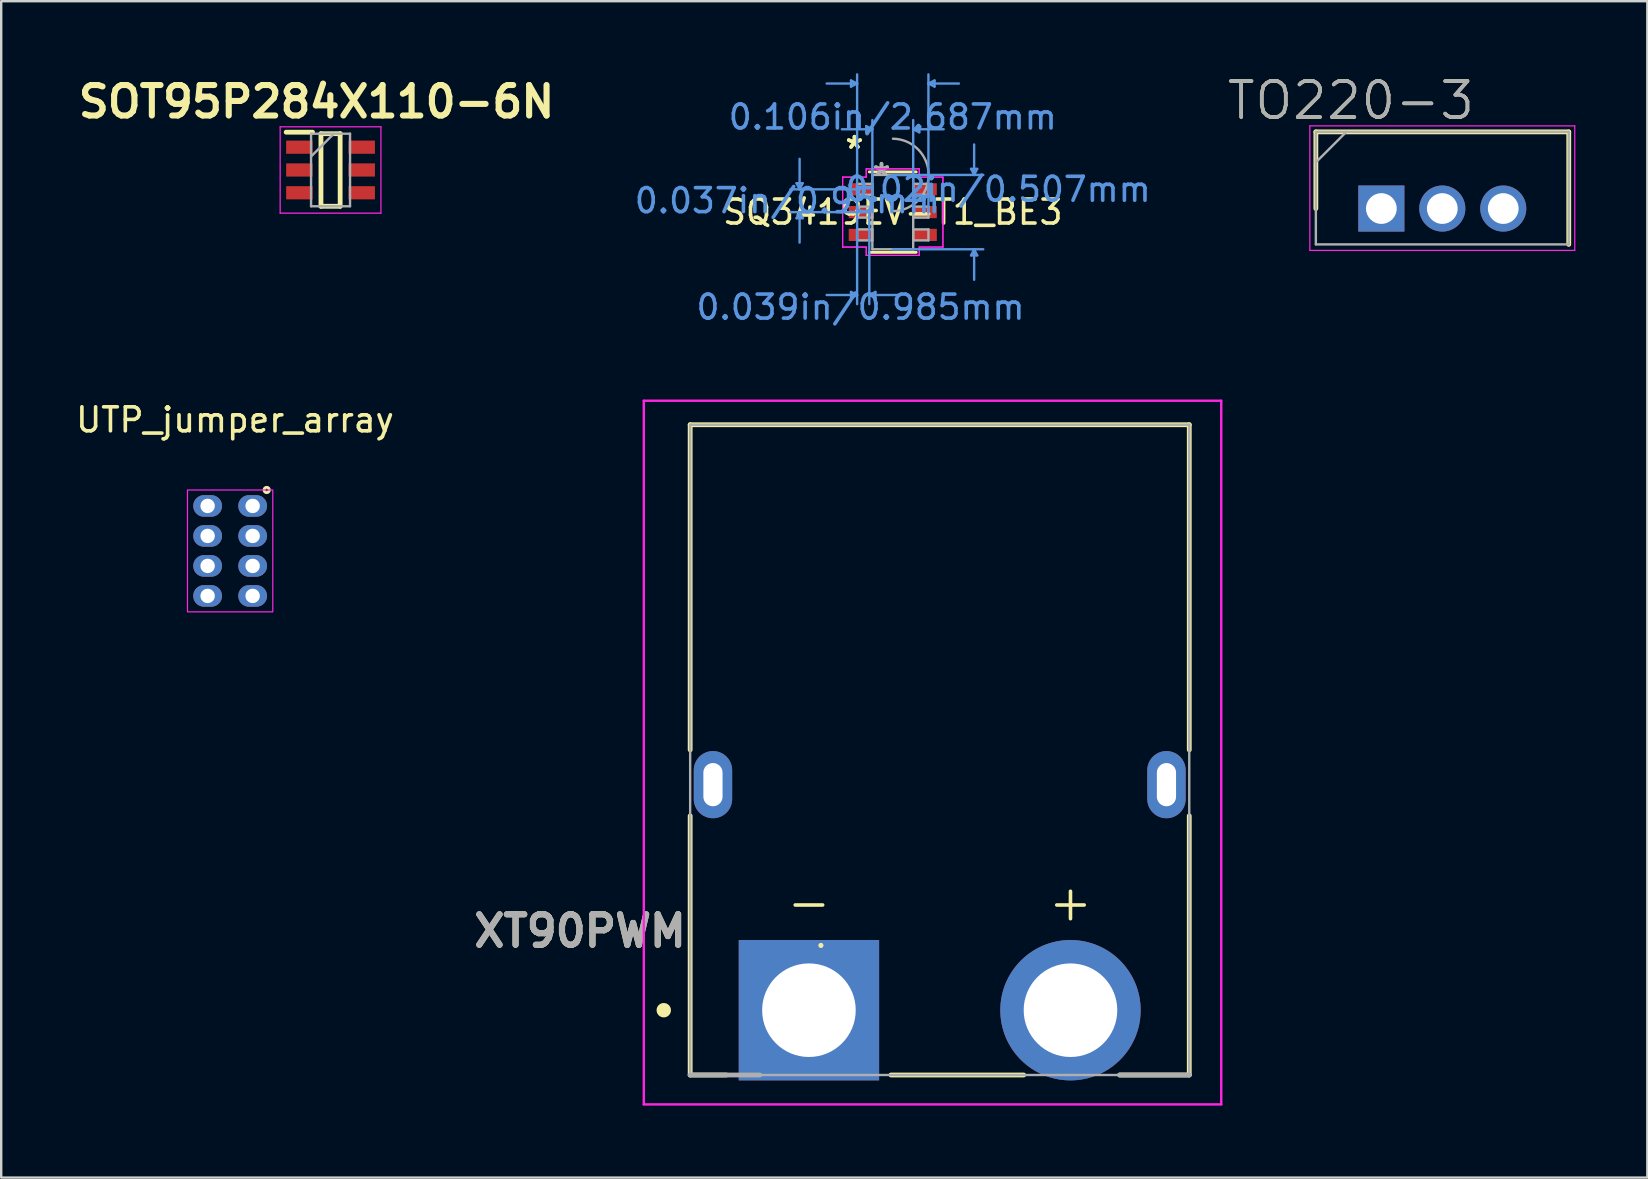
<source format=kicad_pcb>
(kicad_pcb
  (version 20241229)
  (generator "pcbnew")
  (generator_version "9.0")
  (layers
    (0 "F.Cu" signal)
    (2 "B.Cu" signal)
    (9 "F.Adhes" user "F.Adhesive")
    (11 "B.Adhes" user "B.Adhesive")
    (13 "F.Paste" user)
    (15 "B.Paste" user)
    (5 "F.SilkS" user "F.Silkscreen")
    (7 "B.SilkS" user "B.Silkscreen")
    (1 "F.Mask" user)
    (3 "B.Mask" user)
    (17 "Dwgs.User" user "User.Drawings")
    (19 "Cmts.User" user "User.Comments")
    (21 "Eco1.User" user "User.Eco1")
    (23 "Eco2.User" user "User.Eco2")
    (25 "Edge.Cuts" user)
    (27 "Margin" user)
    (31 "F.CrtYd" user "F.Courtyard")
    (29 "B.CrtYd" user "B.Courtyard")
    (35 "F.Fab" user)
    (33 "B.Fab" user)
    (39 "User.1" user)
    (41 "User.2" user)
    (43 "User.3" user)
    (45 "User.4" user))
  (footprint "UTP_jumper_array"
    (layer "F.Cu")
    (at 6.541 19.91)
    (property "Reference" "UTP_jumper_array" (at 0.203 -5.461 0) (unlocked yes) (layer "F.SilkS") (effects (font (size 1 1) (thickness 0.15))))
    (attr smd)
    (fp_circle (center 1.524 -2.54) (end 1.575 -2.54) (stroke (width 0.12) (type solid)) (fill no) (layer "F.SilkS"))
    (fp_rect (start -1.778 -2.54) (end 1.778 2.54) (stroke (width 0.05) (type solid)) (fill no) (layer "F.CrtYd"))
    (pad "1" thru_hole oval (at 0.938 -1.875) (size 1.2 0.9) (drill 0.6) (layers "*.Cu" "*.Mask"))
    (pad "2" thru_hole oval (at 0.938 -0.625) (size 1.2 0.9) (drill 0.6) (layers "*.Cu" "*.Mask"))
    (pad "3" thru_hole oval (at 0.938 0.625) (size 1.2 0.9) (drill 0.6) (layers "*.Cu" "*.Mask"))
    (pad "4" thru_hole oval (at 0.938 1.875) (size 1.2 0.9) (drill 0.6) (layers "*.Cu" "*.Mask"))
    (pad "GND1" thru_hole oval (at -0.938 -1.875) (size 1.2 0.9) (drill 0.6) (layers "*.Cu" "*.Mask"))
    (pad "GND2" thru_hole oval (at -0.938 -0.625) (size 1.2 0.9) (drill 0.6) (layers "*.Cu" "*.Mask"))
    (pad "GND3" thru_hole oval (at -0.938 0.625) (size 1.2 0.9) (drill 0.6) (layers "*.Cu" "*.Mask"))
    (pad "GND4" thru_hole oval (at -0.938 1.875) (size 1.2 0.9) (drill 0.6) (layers "*.Cu" "*.Mask")))
  (footprint "SOT95P284X110-6N"
    (layer "F.Cu")
    (at 10.726 4.034)
    (property "Reference" "SOT95P284X110-6N" (at -0.584 -2.845 0) (layer "F.SilkS") (effects (font (size 1.27 1.27) (thickness 0.254))))
    (attr smd)
    (fp_line (start -1.85 -1.575) (end -0.75 -1.575) (stroke (width 0.2) (type solid)) (layer "F.SilkS"))
    (fp_line (start -0.4 -1.512) (end 0.4 -1.512) (stroke (width 0.2) (type solid)) (layer "F.SilkS"))
    (fp_line (start -0.4 1.512) (end -0.4 -1.512) (stroke (width 0.2) (type solid)) (layer "F.SilkS"))
    (fp_line (start 0.4 -1.512) (end 0.4 1.512) (stroke (width 0.2) (type solid)) (layer "F.SilkS"))
    (fp_line (start 0.4 1.512) (end -0.4 1.512) (stroke (width 0.2) (type solid)) (layer "F.SilkS"))
    (fp_line (start -2.1 -1.8) (end 2.1 -1.8) (stroke (width 0.05) (type solid)) (layer "F.CrtYd"))
    (fp_line (start -2.1 1.8) (end -2.1 -1.8) (stroke (width 0.05) (type solid)) (layer "F.CrtYd"))
    (fp_line (start 2.1 -1.8) (end 2.1 1.8) (stroke (width 0.05) (type solid)) (layer "F.CrtYd"))
    (fp_line (start 2.1 1.8) (end -2.1 1.8) (stroke (width 0.05) (type solid)) (layer "F.CrtYd"))
    (fp_line (start -0.812 -1.512) (end 0.812 -1.512) (stroke (width 0.1) (type solid)) (layer "F.Fab"))
    (fp_line (start -0.812 -0.562) (end 0.138 -1.512) (stroke (width 0.1) (type solid)) (layer "F.Fab"))
    (fp_line (start -0.812 1.512) (end -0.812 -1.512) (stroke (width 0.1) (type solid)) (layer "F.Fab"))
    (fp_line (start 0.812 -1.512) (end 0.812 1.512) (stroke (width 0.1) (type solid)) (layer "F.Fab"))
    (fp_line (start 0.812 1.512) (end -0.812 1.512) (stroke (width 0.1) (type solid)) (layer "F.Fab"))
    (pad "1" smd rect (at -1.3 -0.95 90) (size 0.55 1.1) (layers "F.Cu" "F.Mask" "F.Paste"))
    (pad "2" smd rect (at -1.3 0 90) (size 0.55 1.1) (layers "F.Cu" "F.Mask" "F.Paste"))
    (pad "3" smd rect (at -1.3 0.95 90) (size 0.55 1.1) (layers "F.Cu" "F.Mask" "F.Paste"))
    (pad "4" smd rect (at 1.3 0.95 90) (size 0.55 1.1) (layers "F.Cu" "F.Mask" "F.Paste"))
    (pad "5" smd rect (at 1.3 0 90) (size 0.55 1.1) (layers "F.Cu" "F.Mask" "F.Paste"))
    (pad "6" smd rect (at 1.3 -0.95 90) (size 0.55 1.1) (layers "F.Cu" "F.Mask" "F.Paste")))
  (footprint "XT90PWM"
    (layer "F.Cu")
    (at 36.113 39.051)
    (property "Reference" "XT90PWM" (at -14.986 -3.302 0) (layer "F.SilkS") (effects (font (size 1.27 1.27) (thickness 0.254))))
    (attr through_hole)
    (fp_line (start -10.4 -10.85) (end -10.4 -24.4) (stroke (width 0.2) (type solid)) (layer "F.SilkS"))
    (fp_line (start -10.4 2.7) (end -10.4 -8.1) (stroke (width 0.2) (type solid)) (layer "F.SilkS"))
    (fp_line (start -10.4 2.7) (end -8.89 2.7) (stroke (width 0.2) (type solid)) (layer "F.SilkS"))
    (fp_line (start -4.95 -2.7) (end -4.95 -2.7) (stroke (width 0.2) (type solid)) (layer "F.SilkS"))
    (fp_line (start -4.95 -2.7) (end -4.95 -2.7) (stroke (width 0.2) (type solid)) (layer "F.SilkS"))
    (fp_line (start -2.032 2.7) (end 3.5 2.7) (stroke (width 0.2) (type solid)) (layer "F.SilkS"))
    (fp_line (start 10.4 -24.4) (end -10.4 -24.4) (stroke (width 0.2) (type solid)) (layer "F.SilkS"))
    (fp_line (start 10.4 -10.85) (end 10.4 -24.4) (stroke (width 0.2) (type solid)) (layer "F.SilkS"))
    (fp_line (start 10.4 -8.1) (end 10.4 2.7) (stroke (width 0.2) (type solid)) (layer "F.SilkS"))
    (fp_line (start 10.4 2.7) (end 7.5 2.7) (stroke (width 0.2) (type solid)) (layer "F.SilkS"))
    (fp_circle (center -11.5 0) (end -11.3 0) (stroke (width 0.2) (type solid)) (fill yes) (layer "F.SilkS"))
    (fp_line (start -12.333 -25.4) (end -12.333 3.925) (stroke (width 0.1) (type solid)) (layer "F.CrtYd"))
    (fp_line (start -12.333 3.925) (end 11.733 3.925) (stroke (width 0.1) (type solid)) (layer "F.CrtYd"))
    (fp_line (start 11.733 -25.4) (end -12.333 -25.4) (stroke (width 0.1) (type solid)) (layer "F.CrtYd"))
    (fp_line (start 11.733 3.925) (end 11.733 -25.4) (stroke (width 0.1) (type solid)) (layer "F.CrtYd"))
    (fp_line (start -10.4 -24.4) (end 10.4 -24.4) (stroke (width 0.1) (type solid)) (layer "F.Fab"))
    (fp_line (start -10.4 2.7) (end -10.4 -24.4) (stroke (width 0.1) (type solid)) (layer "F.Fab"))
    (fp_line (start -7.5 2.7) (end -10.4 2.7) (stroke (width 0.2) (type solid)) (layer "F.Fab"))
    (fp_line (start 10.4 -24.4) (end 10.4 2.7) (stroke (width 0.1) (type solid)) (layer "F.Fab"))
    (fp_line (start 10.4 2.7) (end -10.4 2.7) (stroke (width 0.1) (type solid)) (layer "F.Fab"))
    (fp_line (start 10.4 2.7) (end 7.5 2.7) (stroke (width 0.2) (type solid)) (layer "F.Fab"))
    (fp_text user "+" (at 5.45 -4.5 0) (unlocked yes) (layer "F.SilkS") (effects (font (size 1.5 1.5) (thickness 0.15))))
    (fp_text user "-" (at -5.45 -4.5 0) (unlocked yes) (layer "F.SilkS") (effects (font (size 1.5 1.5) (thickness 0.15))))
    (fp_text user "${REFERENCE}" (at -14.986 -3.302 0) (layer "F.Fab") (effects (font (size 1.27 1.27) (thickness 0.254))))
    (pad "" np_thru_hole oval (at -9.45 -9.4) (size 1.6 2.8) (drill oval 0.8 1.8) (layers "*.Cu" "*.Mask"))
    (pad "" np_thru_hole oval (at 9.45 -9.4) (size 1.6 2.8) (drill oval 0.8 1.8) (layers "*.Cu" "*.Mask"))
    (pad "N" thru_hole rect (at -5.45 0) (size 5.85 5.85) (drill 3.9) (layers "*.Cu" "*.Mask"))
    (pad "P" thru_hole circle (at 5.45 0) (size 5.85 5.85) (drill 3.9) (layers "*.Cu" "*.Mask")))
  (footprint "SQ3419EV-T1_BE3"
    (layer "F.Cu")
    (at 34.157 5.79)
    (property "Reference" "SQ3419EV-T1_BE3" (at 0 0 0) (layer "F.SilkS") (effects (font (size 1 1) (thickness 0.15))))
    (attr through_hole)
    (fp_line (start -0.978 1.676) (end 0.978 1.676) (stroke (width 0.12) (type solid)) (layer "F.SilkS"))
    (fp_line (start 0.978 -1.676) (end -0.978 -1.676) (stroke (width 0.12) (type solid)) (layer "F.SilkS"))
    (fp_line (start -4.01 -1.204) (end -3.756 -1.204) (stroke (width 0.1) (type solid)) (layer "Cmts.User"))
    (fp_line (start -4.01 0.254) (end -3.756 0.254) (stroke (width 0.1) (type solid)) (layer "Cmts.User"))
    (fp_line (start -3.883 -0.95) (end -4.01 -1.204) (stroke (width 0.1) (type solid)) (layer "Cmts.User"))
    (fp_line (start -3.883 -0.95) (end -3.883 -2.22) (stroke (width 0.1) (type solid)) (layer "Cmts.User"))
    (fp_line (start -3.883 -0.95) (end -3.756 -1.204) (stroke (width 0.1) (type solid)) (layer "Cmts.User"))
    (fp_line (start -3.883 0) (end -4.01 0.254) (stroke (width 0.1) (type solid)) (layer "Cmts.User"))
    (fp_line (start -3.883 0) (end -3.883 1.27) (stroke (width 0.1) (type solid)) (layer "Cmts.User"))
    (fp_line (start -3.883 0) (end -3.756 0.254) (stroke (width 0.1) (type solid)) (layer "Cmts.User"))
    (fp_line (start -1.74 -5.486) (end -1.74 -5.232) (stroke (width 0.1) (type solid)) (layer "Cmts.User"))
    (fp_line (start -1.74 3.327) (end -1.74 3.581) (stroke (width 0.1) (type solid)) (layer "Cmts.User"))
    (fp_line (start -1.486 -5.359) (end -2.756 -5.359) (stroke (width 0.1) (type solid)) (layer "Cmts.User"))
    (fp_line (start -1.486 -5.359) (end -1.74 -5.486) (stroke (width 0.1) (type solid)) (layer "Cmts.User"))
    (fp_line (start -1.486 -5.359) (end -1.74 -5.232) (stroke (width 0.1) (type solid)) (layer "Cmts.User"))
    (fp_line (start -1.486 0) (end -1.486 -5.74) (stroke (width 0.1) (type solid)) (layer "Cmts.User"))
    (fp_line (start -1.486 0) (end -1.486 3.835) (stroke (width 0.1) (type solid)) (layer "Cmts.User"))
    (fp_line (start -1.486 3.454) (end -2.756 3.454) (stroke (width 0.1) (type solid)) (layer "Cmts.User"))
    (fp_line (start -1.486 3.454) (end -1.74 3.327) (stroke (width 0.1) (type solid)) (layer "Cmts.User"))
    (fp_line (start -1.486 3.454) (end -1.74 3.581) (stroke (width 0.1) (type solid)) (layer "Cmts.User"))
    (fp_line (start -1.343 -0.95) (end -4.264 -0.95) (stroke (width 0.1) (type solid)) (layer "Cmts.User"))
    (fp_line (start -1.343 0) (end -4.264 0) (stroke (width 0.1) (type solid)) (layer "Cmts.User"))
    (fp_line (start -1.105 -3.581) (end -1.105 -3.327) (stroke (width 0.1) (type solid)) (layer "Cmts.User"))
    (fp_line (start -0.978 0) (end -0.978 3.835) (stroke (width 0.1) (type solid)) (layer "Cmts.User"))
    (fp_line (start -0.978 3.454) (end -0.724 3.327) (stroke (width 0.1) (type solid)) (layer "Cmts.User"))
    (fp_line (start -0.978 3.454) (end -0.724 3.581) (stroke (width 0.1) (type solid)) (layer "Cmts.User"))
    (fp_line (start -0.978 3.454) (end 0.292 3.454) (stroke (width 0.1) (type solid)) (layer "Cmts.User"))
    (fp_line (start -0.851 -3.454) (end -2.121 -3.454) (stroke (width 0.1) (type solid)) (layer "Cmts.User"))
    (fp_line (start -0.851 -3.454) (end -1.105 -3.581) (stroke (width 0.1) (type solid)) (layer "Cmts.User"))
    (fp_line (start -0.851 -3.454) (end -1.105 -3.327) (stroke (width 0.1) (type solid)) (layer "Cmts.User"))
    (fp_line (start -0.851 0) (end -0.851 -3.835) (stroke (width 0.1) (type solid)) (layer "Cmts.User"))
    (fp_line (start -0.724 3.327) (end -0.724 3.581) (stroke (width 0.1) (type solid)) (layer "Cmts.User"))
    (fp_line (start 0 -1.549) (end 3.772 -1.549) (stroke (width 0.1) (type solid)) (layer "Cmts.User"))
    (fp_line (start 0 1.549) (end 3.772 1.549) (stroke (width 0.1) (type solid)) (layer "Cmts.User"))
    (fp_line (start 0.851 -3.454) (end 1.105 -3.581) (stroke (width 0.1) (type solid)) (layer "Cmts.User"))
    (fp_line (start 0.851 -3.454) (end 1.105 -3.327) (stroke (width 0.1) (type solid)) (layer "Cmts.User"))
    (fp_line (start 0.851 -3.454) (end 2.121 -3.454) (stroke (width 0.1) (type solid)) (layer "Cmts.User"))
    (fp_line (start 0.851 0) (end 0.851 -3.835) (stroke (width 0.1) (type solid)) (layer "Cmts.User"))
    (fp_line (start 1.105 -3.581) (end 1.105 -3.327) (stroke (width 0.1) (type solid)) (layer "Cmts.User"))
    (fp_line (start 1.486 -5.359) (end 1.74 -5.486) (stroke (width 0.1) (type solid)) (layer "Cmts.User"))
    (fp_line (start 1.486 -5.359) (end 1.74 -5.232) (stroke (width 0.1) (type solid)) (layer "Cmts.User"))
    (fp_line (start 1.486 -5.359) (end 2.756 -5.359) (stroke (width 0.1) (type solid)) (layer "Cmts.User"))
    (fp_line (start 1.486 0) (end 1.486 -5.74) (stroke (width 0.1) (type solid)) (layer "Cmts.User"))
    (fp_line (start 1.74 -5.486) (end 1.74 -5.232) (stroke (width 0.1) (type solid)) (layer "Cmts.User"))
    (fp_line (start 3.264 -1.803) (end 3.518 -1.803) (stroke (width 0.1) (type solid)) (layer "Cmts.User"))
    (fp_line (start 3.264 1.803) (end 3.518 1.803) (stroke (width 0.1) (type solid)) (layer "Cmts.User"))
    (fp_line (start 3.391 -1.549) (end 3.264 -1.803) (stroke (width 0.1) (type solid)) (layer "Cmts.User"))
    (fp_line (start 3.391 -1.549) (end 3.391 -2.819) (stroke (width 0.1) (type solid)) (layer "Cmts.User"))
    (fp_line (start 3.391 -1.549) (end 3.518 -1.803) (stroke (width 0.1) (type solid)) (layer "Cmts.User"))
    (fp_line (start 3.391 1.549) (end 3.264 1.803) (stroke (width 0.1) (type solid)) (layer "Cmts.User"))
    (fp_line (start 3.391 1.549) (end 3.391 2.819) (stroke (width 0.1) (type solid)) (layer "Cmts.User"))
    (fp_line (start 3.391 1.549) (end 3.518 1.803) (stroke (width 0.1) (type solid)) (layer "Cmts.User"))
    (fp_line (start -2.09 -1.458) (end -1.105 -1.458) (stroke (width 0.05) (type solid)) (layer "F.CrtYd"))
    (fp_line (start -2.09 -1.458) (end -1.105 -1.458) (stroke (width 0.05) (type solid)) (layer "F.CrtYd"))
    (fp_line (start -2.09 1.458) (end -2.09 -1.458) (stroke (width 0.05) (type solid)) (layer "F.CrtYd"))
    (fp_line (start -2.09 1.458) (end -2.09 -1.458) (stroke (width 0.05) (type solid)) (layer "F.CrtYd"))
    (fp_line (start -2.09 1.458) (end -1.105 1.458) (stroke (width 0.05) (type solid)) (layer "F.CrtYd"))
    (fp_line (start -1.105 -1.803) (end 1.105 -1.803) (stroke (width 0.05) (type solid)) (layer "F.CrtYd"))
    (fp_line (start -1.105 -1.803) (end 1.105 -1.803) (stroke (width 0.05) (type solid)) (layer "F.CrtYd"))
    (fp_line (start -1.105 -1.458) (end -1.105 -1.803) (stroke (width 0.05) (type solid)) (layer "F.CrtYd"))
    (fp_line (start -1.105 -1.458) (end -1.105 -1.803) (stroke (width 0.05) (type solid)) (layer "F.CrtYd"))
    (fp_line (start -1.105 1.458) (end -2.09 1.458) (stroke (width 0.05) (type solid)) (layer "F.CrtYd"))
    (fp_line (start -1.105 1.803) (end -1.105 1.458) (stroke (width 0.05) (type solid)) (layer "F.CrtYd"))
    (fp_line (start -1.105 1.803) (end -1.105 1.458) (stroke (width 0.05) (type solid)) (layer "F.CrtYd"))
    (fp_line (start 1.105 -1.803) (end 1.105 -1.458) (stroke (width 0.05) (type solid)) (layer "F.CrtYd"))
    (fp_line (start 1.105 -1.803) (end 1.105 -1.458) (stroke (width 0.05) (type solid)) (layer "F.CrtYd"))
    (fp_line (start 1.105 -1.458) (end 2.09 -1.458) (stroke (width 0.05) (type solid)) (layer "F.CrtYd"))
    (fp_line (start 1.105 1.458) (end 1.105 1.803) (stroke (width 0.05) (type solid)) (layer "F.CrtYd"))
    (fp_line (start 1.105 1.458) (end 1.105 1.803) (stroke (width 0.05) (type solid)) (layer "F.CrtYd"))
    (fp_line (start 1.105 1.803) (end -1.105 1.803) (stroke (width 0.05) (type solid)) (layer "F.CrtYd"))
    (fp_line (start 1.105 1.803) (end -1.105 1.803) (stroke (width 0.05) (type solid)) (layer "F.CrtYd"))
    (fp_line (start 2.09 -1.458) (end 1.105 -1.458) (stroke (width 0.05) (type solid)) (layer "F.CrtYd"))
    (fp_line (start 2.09 -1.458) (end 2.09 1.458) (stroke (width 0.05) (type solid)) (layer "F.CrtYd"))
    (fp_line (start 2.09 -1.458) (end 2.09 1.458) (stroke (width 0.05) (type solid)) (layer "F.CrtYd"))
    (fp_line (start 2.09 1.458) (end 1.105 1.458) (stroke (width 0.05) (type solid)) (layer "F.CrtYd"))
    (fp_line (start 2.09 1.458) (end 1.105 1.458) (stroke (width 0.05) (type solid)) (layer "F.CrtYd"))
    (fp_line (start -1.486 -1.179) (end -1.486 -0.721) (stroke (width 0.1) (type solid)) (layer "F.Fab"))
    (fp_line (start -1.486 -0.721) (end -0.851 -0.721) (stroke (width 0.1) (type solid)) (layer "F.Fab"))
    (fp_line (start -1.486 -0.229) (end -1.486 0.229) (stroke (width 0.1) (type solid)) (layer "F.Fab"))
    (fp_line (start -1.486 0.229) (end -0.851 0.229) (stroke (width 0.1) (type solid)) (layer "F.Fab"))
    (fp_line (start -1.486 0.721) (end -1.486 1.179) (stroke (width 0.1) (type solid)) (layer "F.Fab"))
    (fp_line (start -1.486 1.179) (end -0.851 1.179) (stroke (width 0.1) (type solid)) (layer "F.Fab"))
    (fp_line (start -0.851 -1.549) (end -0.851 1.549) (stroke (width 0.1) (type solid)) (layer "F.Fab"))
    (fp_line (start -0.851 -1.179) (end -1.486 -1.179) (stroke (width 0.1) (type solid)) (layer "F.Fab"))
    (fp_line (start -0.851 -0.721) (end -0.851 -1.179) (stroke (width 0.1) (type solid)) (layer "F.Fab"))
    (fp_line (start -0.851 -0.229) (end -1.486 -0.229) (stroke (width 0.1) (type solid)) (layer "F.Fab"))
    (fp_line (start -0.851 0.229) (end -0.851 -0.229) (stroke (width 0.1) (type solid)) (layer "F.Fab"))
    (fp_line (start -0.851 0.721) (end -1.486 0.721) (stroke (width 0.1) (type solid)) (layer "F.Fab"))
    (fp_line (start -0.851 1.179) (end -0.851 0.721) (stroke (width 0.1) (type solid)) (layer "F.Fab"))
    (fp_line (start -0.851 1.549) (end 0.851 1.549) (stroke (width 0.1) (type solid)) (layer "F.Fab"))
    (fp_line (start 0.851 -1.549) (end -0.851 -1.549) (stroke (width 0.1) (type solid)) (layer "F.Fab"))
    (fp_line (start 0.851 -1.179) (end 0.851 -0.721) (stroke (width 0.1) (type solid)) (layer "F.Fab"))
    (fp_line (start 0.851 -0.721) (end 1.486 -0.721) (stroke (width 0.1) (type solid)) (layer "F.Fab"))
    (fp_line (start 0.851 -0.229) (end 0.851 0.229) (stroke (width 0.1) (type solid)) (layer "F.Fab"))
    (fp_line (start 0.851 0.229) (end 1.486 0.229) (stroke (width 0.1) (type solid)) (layer "F.Fab"))
    (fp_line (start 0.851 0.721) (end 0.851 1.179) (stroke (width 0.1) (type solid)) (layer "F.Fab"))
    (fp_line (start 0.851 1.179) (end 1.486 1.179) (stroke (width 0.1) (type solid)) (layer "F.Fab"))
    (fp_line (start 0.851 1.549) (end 0.851 -1.549) (stroke (width 0.1) (type solid)) (layer "F.Fab"))
    (fp_line (start 1.486 -1.179) (end 0.851 -1.179) (stroke (width 0.1) (type solid)) (layer "F.Fab"))
    (fp_line (start 1.486 -0.721) (end 1.486 -1.179) (stroke (width 0.1) (type solid)) (layer "F.Fab"))
    (fp_line (start 1.486 -0.229) (end 0.851 -0.229) (stroke (width 0.1) (type solid)) (layer "F.Fab"))
    (fp_line (start 1.486 0.229) (end 1.486 -0.229) (stroke (width 0.1) (type solid)) (layer "F.Fab"))
    (fp_line (start 1.486 0.721) (end 0.851 0.721) (stroke (width 0.1) (type solid)) (layer "F.Fab"))
    (fp_line (start 1.486 1.179) (end 1.486 0.721) (stroke (width 0.1) (type solid)) (layer "F.Fab"))
    (fp_arc (start 0.007742 -3.059445) (mid 1.510045 -1.541658) (end -0.007742 -0.039355) (stroke (width 0.1) (type solid)) (layer "F.Fab"))
    (fp_text user "*" (at -1.597 -2.6 0) (layer "F.SilkS") (effects (font (size 1 1) (thickness 0.15))))
    (fp_text user "*" (at -1.597 -2.6 0) (layer "F.SilkS") (effects (font (size 1 1) (thickness 0.15))))
    (fp_text user "0.02in/0.507mm" (at 4.391 -0.95 0) (layer "Cmts.User") (effects (font (size 1 1) (thickness 0.15))))
    (fp_text user "Copyright 2021 Accelerated Designs. All rights reserved." (at 0 0 0) (layer "Cmts.User") (effects (font (size 0.127 0.127) (thickness 0.002))))
    (fp_text user "0.106in/2.687mm" (at 0 -3.962 0) (layer "Cmts.User") (effects (font (size 1 1) (thickness 0.15))))
    (fp_text user "0.037in/0.95mm" (at -4.391 -0.475 0) (layer "Cmts.User") (effects (font (size 1 1) (thickness 0.15))))
    (fp_text user "0.039in/0.985mm" (at -1.343 3.962 0) (layer "Cmts.User") (effects (font (size 1 1) (thickness 0.15))))
    (fp_text user "*" (at -0.47 -1.473 0) (layer "F.Fab") (effects (font (size 1 1) (thickness 0.15))))
    (fp_text user "*" (at -0.47 -1.473 0) (layer "F.Fab") (effects (font (size 1 1) (thickness 0.15))))
    (pad "1" smd rect (at -1.343 -0.95) (size 0.985 0.507) (layers "F.Cu" "F.Mask" "F.Paste"))
    (pad "2" smd rect (at -1.343 0) (size 0.985 0.507) (layers "F.Cu" "F.Mask" "F.Paste"))
    (pad "3" smd rect (at -1.343 0.95) (size 0.985 0.507) (layers "F.Cu" "F.Mask" "F.Paste"))
    (pad "4" smd rect (at 1.343 0.95) (size 0.985 0.507) (layers "F.Cu" "F.Mask" "F.Paste"))
    (pad "5" smd rect (at 1.343 0) (size 0.985 0.507) (layers "F.Cu" "F.Mask" "F.Paste"))
    (pad "6" smd rect (at 1.343 -0.95) (size 0.985 0.507) (layers "F.Cu" "F.Mask" "F.Paste")))
  (footprint "TO220-3"
    (layer "F.Cu")
    (at 54.519 5.641)
    (property "Reference" "TO220-3" (at -1.27 -4.5 0) (layer "F.SilkS") (effects (font (size 1.5 1.5) (thickness 0.15))))
    (attr through_hole)
    (fp_line (start -2.73 -3.195) (end -2.73 0) (stroke (width 0.2) (type solid)) (layer "F.SilkS"))
    (fp_line (start 7.81 -3.195) (end -2.73 -3.195) (stroke (width 0.2) (type solid)) (layer "F.SilkS"))
    (fp_line (start 7.81 1.495) (end 7.81 -3.195) (stroke (width 0.2) (type solid)) (layer "F.SilkS"))
    (fp_line (start -2.98 -3.445) (end 8.06 -3.445) (stroke (width 0.05) (type solid)) (layer "F.CrtYd"))
    (fp_line (start -2.98 1.745) (end -2.98 -3.445) (stroke (width 0.05) (type solid)) (layer "F.CrtYd"))
    (fp_line (start 8.06 -3.445) (end 8.06 1.745) (stroke (width 0.05) (type solid)) (layer "F.CrtYd"))
    (fp_line (start 8.06 1.745) (end -2.98 1.745) (stroke (width 0.05) (type solid)) (layer "F.CrtYd"))
    (fp_line (start -2.73 -3.195) (end 7.81 -3.195) (stroke (width 0.1) (type solid)) (layer "F.Fab"))
    (fp_line (start -2.73 -1.925) (end -1.46 -3.195) (stroke (width 0.1) (type solid)) (layer "F.Fab"))
    (fp_line (start -2.73 1.495) (end -2.73 -3.195) (stroke (width 0.1) (type solid)) (layer "F.Fab"))
    (fp_line (start 7.81 -3.195) (end 7.81 1.495) (stroke (width 0.1) (type solid)) (layer "F.Fab"))
    (fp_line (start 7.81 1.495) (end -2.73 1.495) (stroke (width 0.1) (type solid)) (layer "F.Fab"))
    (fp_text user "${REFERENCE}" (at -1.27 -4.5 0) (layer "F.Fab") (effects (font (size 1.5 1.5) (thickness 0.15))))
    (pad "1" thru_hole rect (at 0 0) (size 1.92 1.92) (drill 1.28) (layers "*.Cu" "*.Mask"))
    (pad "2" thru_hole circle (at 2.54 0) (size 1.92 1.92) (drill 1.28) (layers "*.Cu" "*.Mask"))
    (pad "3" thru_hole circle (at 5.08 0) (size 1.92 1.92) (drill 1.28) (layers "*.Cu" "*.Mask")))
  (gr_rect
    (start -3 -3)
    (end 65.604 46.026)
    (stroke (width 0.1) (type default))
    (fill no)
    (layer "Edge.Cuts")))
</source>
